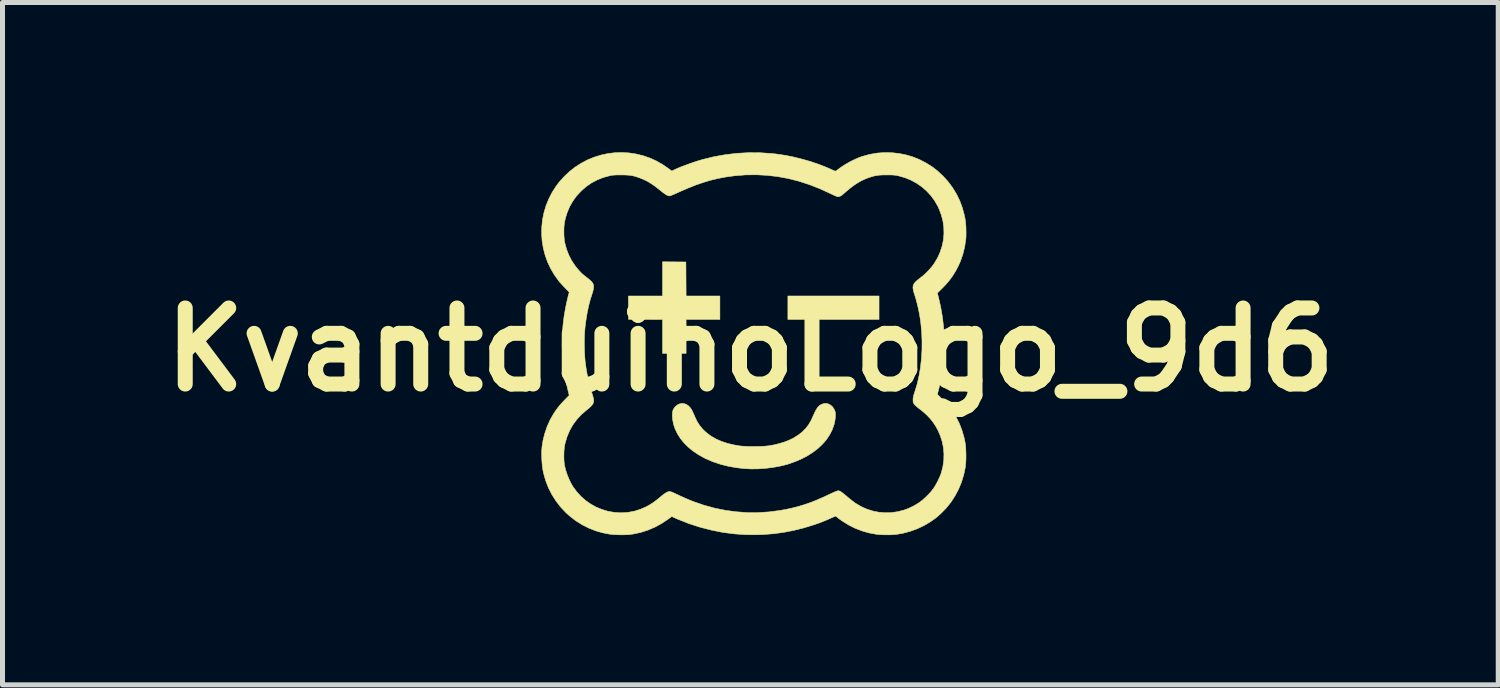
<source format=kicad_pcb>
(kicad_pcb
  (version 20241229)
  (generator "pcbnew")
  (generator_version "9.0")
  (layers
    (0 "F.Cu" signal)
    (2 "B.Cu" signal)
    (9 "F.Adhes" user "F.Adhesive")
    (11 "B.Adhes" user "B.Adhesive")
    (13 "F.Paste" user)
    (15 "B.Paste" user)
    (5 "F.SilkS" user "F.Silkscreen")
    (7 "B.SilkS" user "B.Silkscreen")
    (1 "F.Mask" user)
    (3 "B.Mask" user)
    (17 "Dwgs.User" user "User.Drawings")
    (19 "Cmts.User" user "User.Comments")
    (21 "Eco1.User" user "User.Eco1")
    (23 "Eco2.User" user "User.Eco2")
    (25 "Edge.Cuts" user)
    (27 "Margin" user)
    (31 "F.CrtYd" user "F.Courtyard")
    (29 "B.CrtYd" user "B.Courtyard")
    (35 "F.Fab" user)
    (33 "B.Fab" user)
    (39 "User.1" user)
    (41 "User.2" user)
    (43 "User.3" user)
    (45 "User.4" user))
  (footprint "KvantduinoLogo_9d6"
    (layer "F.Cu")
    (at 11.982 3.954)
    (property "Reference" "KvantduinoLogo_9d6" (at 0 0 0) (layer "F.SilkS") (effects (font (size 1.524 1.524) (thickness 0.3))))
    (attr through_hole)
    (fp_poly (pts (xy 2.577 -0.604) (xy 0.751 -0.604) (xy 0.751 -1.075) (xy 2.577 -1.075) (xy 2.577 -0.604)) (stroke (width 0.01) (type solid)) (fill yes) (layer "F.SilkS"))
    (fp_poly (pts (xy -1.526 -1.758) (xy -1.292 -1.756) (xy -1.288 -1.075) (xy -0.611 -1.075) (xy -0.611 -0.604) (xy -1.288 -0.604) (xy -1.288 0.074) (xy -1.76 0.074) (xy -1.76 -0.604) (xy -2.1 -0.605) (xy -2.441 -0.607) (xy -2.444 -1.075) (xy -1.76 -1.075) (xy -1.76 -1.76) (xy -1.526 -1.758)) (stroke (width 0.01) (type solid)) (fill yes) (layer "F.SilkS"))
    (fp_poly (pts (xy 1.533 1.079) (xy 1.561 1.087) (xy 1.604 1.109) (xy 1.643 1.142) (xy 1.674 1.186) (xy 1.696 1.236) (xy 1.701 1.256) (xy 1.704 1.288) (xy 1.704 1.331) (xy 1.699 1.38) (xy 1.692 1.431) (xy 1.681 1.482) (xy 1.674 1.508) (xy 1.637 1.611) (xy 1.586 1.709) (xy 1.522 1.804) (xy 1.445 1.893) (xy 1.357 1.976) (xy 1.257 2.053) (xy 1.147 2.124) (xy 1.027 2.187) (xy 0.898 2.243) (xy 0.76 2.291) (xy 0.717 2.304) (xy 0.587 2.335) (xy 0.448 2.36) (xy 0.305 2.378) (xy 0.16 2.388) (xy 0.019 2.39) (xy -0.092 2.385) (xy -0.266 2.367) (xy -0.434 2.338) (xy -0.595 2.298) (xy -0.748 2.247) (xy -0.893 2.185) (xy -0.936 2.163) (xy -1.051 2.098) (xy -1.156 2.027) (xy -1.249 1.949) (xy -1.332 1.866) (xy -1.403 1.778) (xy -1.461 1.686) (xy -1.507 1.591) (xy -1.54 1.494) (xy -1.559 1.395) (xy -1.564 1.314) (xy -1.562 1.264) (xy -1.554 1.224) (xy -1.54 1.19) (xy -1.518 1.158) (xy -1.496 1.134) (xy -1.454 1.102) (xy -1.41 1.083) (xy -1.363 1.077) (xy -1.317 1.084) (xy -1.272 1.103) (xy -1.231 1.134) (xy -1.194 1.177) (xy -1.169 1.218) (xy -1.156 1.244) (xy -1.141 1.279) (xy -1.124 1.317) (xy -1.115 1.338) (xy -1.071 1.432) (xy -1.019 1.515) (xy -0.959 1.59) (xy -0.888 1.657) (xy -0.805 1.721) (xy -0.774 1.741) (xy -0.68 1.794) (xy -0.573 1.84) (xy -0.454 1.879) (xy -0.324 1.909) (xy -0.225 1.927) (xy -0.177 1.932) (xy -0.119 1.936) (xy -0.052 1.939) (xy 0.021 1.94) (xy 0.095 1.94) (xy 0.168 1.939) (xy 0.237 1.937) (xy 0.299 1.933) (xy 0.35 1.928) (xy 0.364 1.927) (xy 0.474 1.907) (xy 0.581 1.881) (xy 0.682 1.85) (xy 0.774 1.814) (xy 0.856 1.775) (xy 0.883 1.759) (xy 0.97 1.703) (xy 1.045 1.643) (xy 1.109 1.577) (xy 1.165 1.505) (xy 1.214 1.422) (xy 1.258 1.327) (xy 1.258 1.326) (xy 1.287 1.261) (xy 1.314 1.209) (xy 1.34 1.168) (xy 1.366 1.136) (xy 1.394 1.113) (xy 1.425 1.096) (xy 1.453 1.086) (xy 1.484 1.078) (xy 1.508 1.076) (xy 1.533 1.079)) (stroke (width 0.01) (type solid)) (fill yes) (layer "F.SilkS"))
    (fp_poly (pts (xy -2.432 -3.941) (xy -2.291 -3.92) (xy -2.152 -3.886) (xy -2.015 -3.839) (xy -1.882 -3.779) (xy -1.753 -3.705) (xy -1.636 -3.624) (xy -1.575 -3.578) (xy -1.546 -3.593) (xy -1.501 -3.614) (xy -1.444 -3.639) (xy -1.378 -3.666) (xy -1.305 -3.693) (xy -1.229 -3.721) (xy -1.152 -3.748) (xy -1.077 -3.773) (xy -1.006 -3.795) (xy -0.957 -3.809) (xy -0.73 -3.865) (xy -0.499 -3.906) (xy -0.267 -3.933) (xy -0.032 -3.946) (xy 0.203 -3.944) (xy 0.438 -3.928) (xy 0.541 -3.916) (xy 0.701 -3.892) (xy 0.865 -3.859) (xy 1.03 -3.818) (xy 1.193 -3.772) (xy 1.351 -3.719) (xy 1.5 -3.662) (xy 1.609 -3.615) (xy 1.646 -3.598) (xy 1.673 -3.586) (xy 1.692 -3.579) (xy 1.705 -3.577) (xy 1.716 -3.58) (xy 1.727 -3.587) (xy 1.741 -3.598) (xy 1.746 -3.603) (xy 1.819 -3.657) (xy 1.903 -3.711) (xy 1.994 -3.763) (xy 2.087 -3.809) (xy 2.179 -3.849) (xy 2.244 -3.872) (xy 2.387 -3.911) (xy 2.533 -3.937) (xy 2.68 -3.948) (xy 2.827 -3.946) (xy 2.973 -3.93) (xy 3.117 -3.902) (xy 3.257 -3.86) (xy 3.393 -3.805) (xy 3.524 -3.737) (xy 3.649 -3.658) (xy 3.744 -3.584) (xy 3.858 -3.479) (xy 3.961 -3.365) (xy 4.052 -3.242) (xy 4.131 -3.112) (xy 4.197 -2.975) (xy 4.249 -2.832) (xy 4.289 -2.682) (xy 4.303 -2.606) (xy 4.31 -2.553) (xy 4.316 -2.49) (xy 4.319 -2.421) (xy 4.32 -2.351) (xy 4.32 -2.284) (xy 4.317 -2.226) (xy 4.315 -2.208) (xy 4.292 -2.056) (xy 4.256 -1.909) (xy 4.207 -1.769) (xy 4.168 -1.682) (xy 4.112 -1.575) (xy 4.052 -1.478) (xy 3.985 -1.386) (xy 3.908 -1.297) (xy 3.841 -1.228) (xy 3.746 -1.134) (xy 3.768 -1.047) (xy 3.813 -0.85) (xy 3.848 -0.645) (xy 3.872 -0.435) (xy 3.88 -0.335) (xy 3.887 -0.122) (xy 3.88 0.095) (xy 3.86 0.315) (xy 3.827 0.537) (xy 3.781 0.758) (xy 3.772 0.792) (xy 3.746 0.896) (xy 3.849 0.998) (xy 3.953 1.111) (xy 4.044 1.229) (xy 4.121 1.351) (xy 4.186 1.479) (xy 4.238 1.615) (xy 4.28 1.759) (xy 4.301 1.859) (xy 4.309 1.912) (xy 4.314 1.976) (xy 4.317 2.046) (xy 4.319 2.121) (xy 4.318 2.194) (xy 4.315 2.264) (xy 4.309 2.326) (xy 4.305 2.359) (xy 4.273 2.51) (xy 4.228 2.656) (xy 4.17 2.797) (xy 4.099 2.93) (xy 4.017 3.057) (xy 3.922 3.175) (xy 3.816 3.283) (xy 3.722 3.366) (xy 3.604 3.45) (xy 3.477 3.525) (xy 3.343 3.588) (xy 3.203 3.639) (xy 3.058 3.678) (xy 2.912 3.703) (xy 2.908 3.703) (xy 2.859 3.707) (xy 2.799 3.71) (xy 2.733 3.71) (xy 2.666 3.709) (xy 2.602 3.706) (xy 2.545 3.701) (xy 2.527 3.699) (xy 2.382 3.673) (xy 2.24 3.633) (xy 2.1 3.579) (xy 1.966 3.512) (xy 1.839 3.433) (xy 1.768 3.382) (xy 1.707 3.334) (xy 1.606 3.378) (xy 1.541 3.407) (xy 1.486 3.43) (xy 1.436 3.45) (xy 1.387 3.469) (xy 1.336 3.487) (xy 1.281 3.506) (xy 1.074 3.57) (xy 0.87 3.621) (xy 0.667 3.66) (xy 0.462 3.688) (xy 0.251 3.704) (xy 0.14 3.708) (xy -0.094 3.707) (xy -0.327 3.69) (xy -0.558 3.66) (xy -0.788 3.614) (xy -1.016 3.555) (xy -1.242 3.481) (xy -1.464 3.393) (xy -1.526 3.365) (xy -1.576 3.343) (xy -1.644 3.393) (xy -1.774 3.48) (xy -1.909 3.554) (xy -2.049 3.614) (xy -2.194 3.661) (xy -2.343 3.693) (xy -2.415 3.703) (xy -2.458 3.707) (xy -2.512 3.709) (xy -2.572 3.71) (xy -2.635 3.709) (xy -2.697 3.707) (xy -2.753 3.704) (xy -2.8 3.699) (xy -2.805 3.699) (xy -2.953 3.671) (xy -3.098 3.63) (xy -3.238 3.575) (xy -3.372 3.507) (xy -3.5 3.427) (xy -3.619 3.334) (xy -3.695 3.266) (xy -3.801 3.153) (xy -3.895 3.032) (xy -3.976 2.904) (xy -4.045 2.769) (xy -4.1 2.628) (xy -4.142 2.48) (xy -4.157 2.41) (xy -4.167 2.344) (xy -4.174 2.268) (xy -4.179 2.188) (xy -4.182 2.107) (xy -4.181 2.031) (xy -4.176 1.963) (xy -4.175 1.951) (xy -4.153 1.811) (xy -4.117 1.673) (xy -4.071 1.538) (xy -4.013 1.409) (xy -3.947 1.293) (xy -3.908 1.232) (xy -3.87 1.179) (xy -3.831 1.129) (xy -3.787 1.079) (xy -3.736 1.024) (xy -3.723 1.011) (xy -3.629 0.915) (xy -3.651 0.831) (xy -3.7 0.616) (xy -3.737 0.396) (xy -3.761 0.173) (xy -3.771 -0.052) (xy -3.769 -0.277) (xy -3.753 -0.5) (xy -3.732 -0.67) (xy -3.717 -0.758) (xy -3.7 -0.851) (xy -3.681 -0.943) (xy -3.661 -1.028) (xy -3.652 -1.066) (xy -3.629 -1.152) (xy -3.709 -1.233) (xy -3.742 -1.267) (xy -3.776 -1.304) (xy -3.807 -1.338) (xy -3.832 -1.368) (xy -3.837 -1.373) (xy -3.925 -1.495) (xy -4 -1.622) (xy -4.063 -1.755) (xy -4.112 -1.892) (xy -4.148 -2.032) (xy -4.172 -2.174) (xy -4.182 -2.317) (xy -4.181 -2.37) (xy -3.736 -2.37) (xy -3.735 -2.301) (xy -3.731 -2.235) (xy -3.725 -2.177) (xy -3.719 -2.144) (xy -3.685 -2.017) (xy -3.639 -1.897) (xy -3.581 -1.785) (xy -3.509 -1.677) (xy -3.463 -1.62) (xy -3.428 -1.579) (xy -3.398 -1.547) (xy -3.367 -1.517) (xy -3.332 -1.488) (xy -3.302 -1.464) (xy -3.253 -1.426) (xy -3.215 -1.394) (xy -3.186 -1.367) (xy -3.166 -1.343) (xy -3.152 -1.321) (xy -3.144 -1.298) (xy -3.141 -1.273) (xy -3.141 -1.252) (xy -3.143 -1.223) (xy -3.149 -1.192) (xy -3.159 -1.155) (xy -3.172 -1.115) (xy -3.208 -1.001) (xy -3.241 -0.875) (xy -3.269 -0.741) (xy -3.292 -0.6) (xy -3.311 -0.457) (xy -3.321 -0.339) (xy -3.324 -0.275) (xy -3.326 -0.202) (xy -3.326 -0.121) (xy -3.325 -0.038) (xy -3.323 0.044) (xy -3.319 0.122) (xy -3.314 0.192) (xy -3.31 0.235) (xy -3.293 0.36) (xy -3.272 0.484) (xy -3.248 0.604) (xy -3.221 0.717) (xy -3.191 0.821) (xy -3.18 0.854) (xy -3.161 0.915) (xy -3.147 0.966) (xy -3.14 1.007) (xy -3.14 1.043) (xy -3.149 1.074) (xy -3.166 1.104) (xy -3.194 1.135) (xy -3.231 1.17) (xy -3.28 1.209) (xy -3.291 1.218) (xy -3.393 1.308) (xy -3.481 1.404) (xy -3.557 1.508) (xy -3.62 1.62) (xy -3.671 1.739) (xy -3.709 1.866) (xy -3.719 1.907) (xy -3.727 1.96) (xy -3.733 2.024) (xy -3.736 2.093) (xy -3.736 2.164) (xy -3.733 2.232) (xy -3.727 2.293) (xy -3.723 2.319) (xy -3.7 2.413) (xy -3.668 2.511) (xy -3.628 2.607) (xy -3.583 2.697) (xy -3.553 2.746) (xy -3.478 2.848) (xy -3.393 2.941) (xy -3.299 3.023) (xy -3.197 3.094) (xy -3.089 3.154) (xy -2.975 3.201) (xy -2.856 3.237) (xy -2.734 3.259) (xy -2.61 3.268) (xy -2.485 3.263) (xy -2.444 3.258) (xy -2.321 3.235) (xy -2.204 3.198) (xy -2.09 3.149) (xy -2.046 3.125) (xy -2.005 3.101) (xy -1.966 3.077) (xy -1.928 3.05) (xy -1.886 3.018) (xy -1.839 2.981) (xy -1.8 2.948) (xy -1.751 2.908) (xy -1.71 2.879) (xy -1.676 2.858) (xy -1.648 2.846) (xy -1.623 2.842) (xy -1.62 2.842) (xy -1.598 2.846) (xy -1.566 2.856) (xy -1.531 2.872) (xy -1.469 2.901) (xy -1.403 2.932) (xy -1.336 2.962) (xy -1.27 2.991) (xy -1.21 3.016) (xy -1.159 3.037) (xy -1.144 3.043) (xy -0.931 3.116) (xy -0.717 3.175) (xy -0.5 3.219) (xy -0.282 3.248) (xy -0.063 3.264) (xy 0.157 3.264) (xy 0.376 3.25) (xy 0.596 3.221) (xy 0.718 3.199) (xy 0.845 3.171) (xy 0.966 3.14) (xy 1.086 3.103) (xy 1.206 3.062) (xy 1.329 3.013) (xy 1.458 2.957) (xy 1.593 2.894) (xy 1.648 2.868) (xy 1.691 2.849) (xy 1.724 2.836) (xy 1.747 2.829) (xy 1.76 2.827) (xy 1.773 2.828) (xy 1.787 2.832) (xy 1.803 2.84) (xy 1.824 2.853) (xy 1.849 2.873) (xy 1.882 2.899) (xy 1.924 2.933) (xy 1.949 2.955) (xy 1.987 2.986) (xy 2.027 3.018) (xy 2.065 3.047) (xy 2.098 3.071) (xy 2.109 3.079) (xy 2.219 3.144) (xy 2.334 3.195) (xy 2.453 3.233) (xy 2.576 3.257) (xy 2.7 3.267) (xy 2.825 3.264) (xy 2.951 3.246) (xy 3.075 3.214) (xy 3.111 3.202) (xy 3.181 3.174) (xy 3.256 3.138) (xy 3.33 3.097) (xy 3.395 3.054) (xy 3.398 3.052) (xy 3.452 3.009) (xy 3.509 2.958) (xy 3.566 2.902) (xy 3.618 2.845) (xy 3.66 2.791) (xy 3.662 2.789) (xy 3.692 2.743) (xy 3.724 2.689) (xy 3.755 2.63) (xy 3.783 2.571) (xy 3.807 2.516) (xy 3.824 2.47) (xy 3.856 2.342) (xy 3.874 2.214) (xy 3.877 2.087) (xy 3.866 1.961) (xy 3.841 1.837) (xy 3.801 1.716) (xy 3.758 1.618) (xy 3.711 1.532) (xy 3.66 1.455) (xy 3.602 1.382) (xy 3.537 1.313) (xy 3.461 1.245) (xy 3.381 1.182) (xy 3.349 1.157) (xy 3.32 1.131) (xy 3.296 1.109) (xy 3.281 1.091) (xy 3.28 1.091) (xy 3.269 1.073) (xy 3.262 1.057) (xy 3.259 1.038) (xy 3.258 1.01) (xy 3.258 1.002) (xy 3.259 0.978) (xy 3.262 0.955) (xy 3.267 0.929) (xy 3.276 0.898) (xy 3.289 0.858) (xy 3.296 0.836) (xy 3.342 0.686) (xy 3.378 0.525) (xy 3.407 0.357) (xy 3.426 0.183) (xy 3.437 0.005) (xy 3.438 -0.174) (xy 3.431 -0.353) (xy 3.414 -0.53) (xy 3.397 -0.65) (xy 3.379 -0.751) (xy 3.358 -0.85) (xy 3.335 -0.945) (xy 3.311 -1.032) (xy 3.294 -1.086) (xy 3.274 -1.149) (xy 3.261 -1.201) (xy 3.256 -1.244) (xy 3.26 -1.281) (xy 3.273 -1.315) (xy 3.297 -1.347) (xy 3.331 -1.38) (xy 3.376 -1.416) (xy 3.397 -1.432) (xy 3.45 -1.474) (xy 3.506 -1.524) (xy 3.561 -1.579) (xy 3.613 -1.636) (xy 3.657 -1.69) (xy 3.68 -1.723) (xy 3.748 -1.836) (xy 3.801 -1.953) (xy 3.84 -2.074) (xy 3.866 -2.196) (xy 3.877 -2.321) (xy 3.874 -2.446) (xy 3.858 -2.57) (xy 3.826 -2.694) (xy 3.781 -2.815) (xy 3.754 -2.874) (xy 3.69 -2.984) (xy 3.615 -3.086) (xy 3.529 -3.179) (xy 3.434 -3.262) (xy 3.329 -3.334) (xy 3.217 -3.395) (xy 3.098 -3.444) (xy 2.973 -3.48) (xy 2.94 -3.487) (xy 2.91 -3.493) (xy 2.878 -3.496) (xy 2.84 -3.499) (xy 2.794 -3.5) (xy 2.737 -3.5) (xy 2.728 -3.5) (xy 2.653 -3.499) (xy 2.589 -3.496) (xy 2.533 -3.489) (xy 2.48 -3.479) (xy 2.426 -3.464) (xy 2.369 -3.445) (xy 2.361 -3.443) (xy 2.292 -3.415) (xy 2.225 -3.384) (xy 2.161 -3.348) (xy 2.095 -3.306) (xy 2.027 -3.257) (xy 1.954 -3.198) (xy 1.875 -3.13) (xy 1.863 -3.119) (xy 1.825 -3.089) (xy 1.792 -3.071) (xy 1.762 -3.063) (xy 1.753 -3.063) (xy 1.739 -3.066) (xy 1.715 -3.075) (xy 1.682 -3.089) (xy 1.643 -3.107) (xy 1.608 -3.124) (xy 1.395 -3.222) (xy 1.183 -3.305) (xy 0.971 -3.374) (xy 0.758 -3.428) (xy 0.545 -3.467) (xy 0.33 -3.492) (xy 0.114 -3.503) (xy -0.104 -3.5) (xy -0.323 -3.482) (xy -0.351 -3.478) (xy -0.503 -3.457) (xy -0.651 -3.428) (xy -0.798 -3.393) (xy -0.945 -3.349) (xy -1.096 -3.297) (xy -1.251 -3.235) (xy -1.415 -3.164) (xy -1.428 -3.158) (xy -1.474 -3.137) (xy -1.517 -3.118) (xy -1.554 -3.102) (xy -1.584 -3.09) (xy -1.604 -3.082) (xy -1.61 -3.08) (xy -1.632 -3.08) (xy -1.658 -3.088) (xy -1.69 -3.104) (xy -1.728 -3.13) (xy -1.775 -3.165) (xy -1.807 -3.192) (xy -1.883 -3.252) (xy -1.953 -3.303) (xy -2.019 -3.346) (xy -2.085 -3.383) (xy -2.154 -3.415) (xy -2.214 -3.439) (xy -2.271 -3.459) (xy -2.324 -3.475) (xy -2.376 -3.486) (xy -2.43 -3.494) (xy -2.49 -3.498) (xy -2.559 -3.5) (xy -2.592 -3.5) (xy -2.647 -3.5) (xy -2.69 -3.499) (xy -2.726 -3.497) (xy -2.755 -3.495) (xy -2.783 -3.491) (xy -2.811 -3.485) (xy -2.817 -3.484) (xy -2.946 -3.449) (xy -3.067 -3.401) (xy -3.181 -3.341) (xy -3.286 -3.269) (xy -3.383 -3.184) (xy -3.394 -3.173) (xy -3.483 -3.077) (xy -3.557 -2.976) (xy -3.618 -2.869) (xy -3.667 -2.756) (xy -3.705 -2.635) (xy -3.723 -2.551) (xy -3.73 -2.499) (xy -3.735 -2.437) (xy -3.736 -2.37) (xy -4.181 -2.37) (xy -4.179 -2.461) (xy -4.164 -2.604) (xy -4.135 -2.745) (xy -4.094 -2.884) (xy -4.039 -3.019) (xy -3.972 -3.15) (xy -3.891 -3.276) (xy -3.835 -3.35) (xy -3.734 -3.464) (xy -3.626 -3.566) (xy -3.51 -3.657) (xy -3.388 -3.735) (xy -3.261 -3.802) (xy -3.129 -3.856) (xy -2.993 -3.898) (xy -2.855 -3.928) (xy -2.715 -3.945) (xy -2.573 -3.949) (xy -2.432 -3.941)) (stroke (width 0.01) (type solid)) (fill yes) (layer "F.SilkS")))
  (gr_rect
    (start -3 -3)
    (end 26.963 10.669)
    (stroke (width 0.1) (type default))
    (fill no)
    (layer "Edge.Cuts")))
</source>
